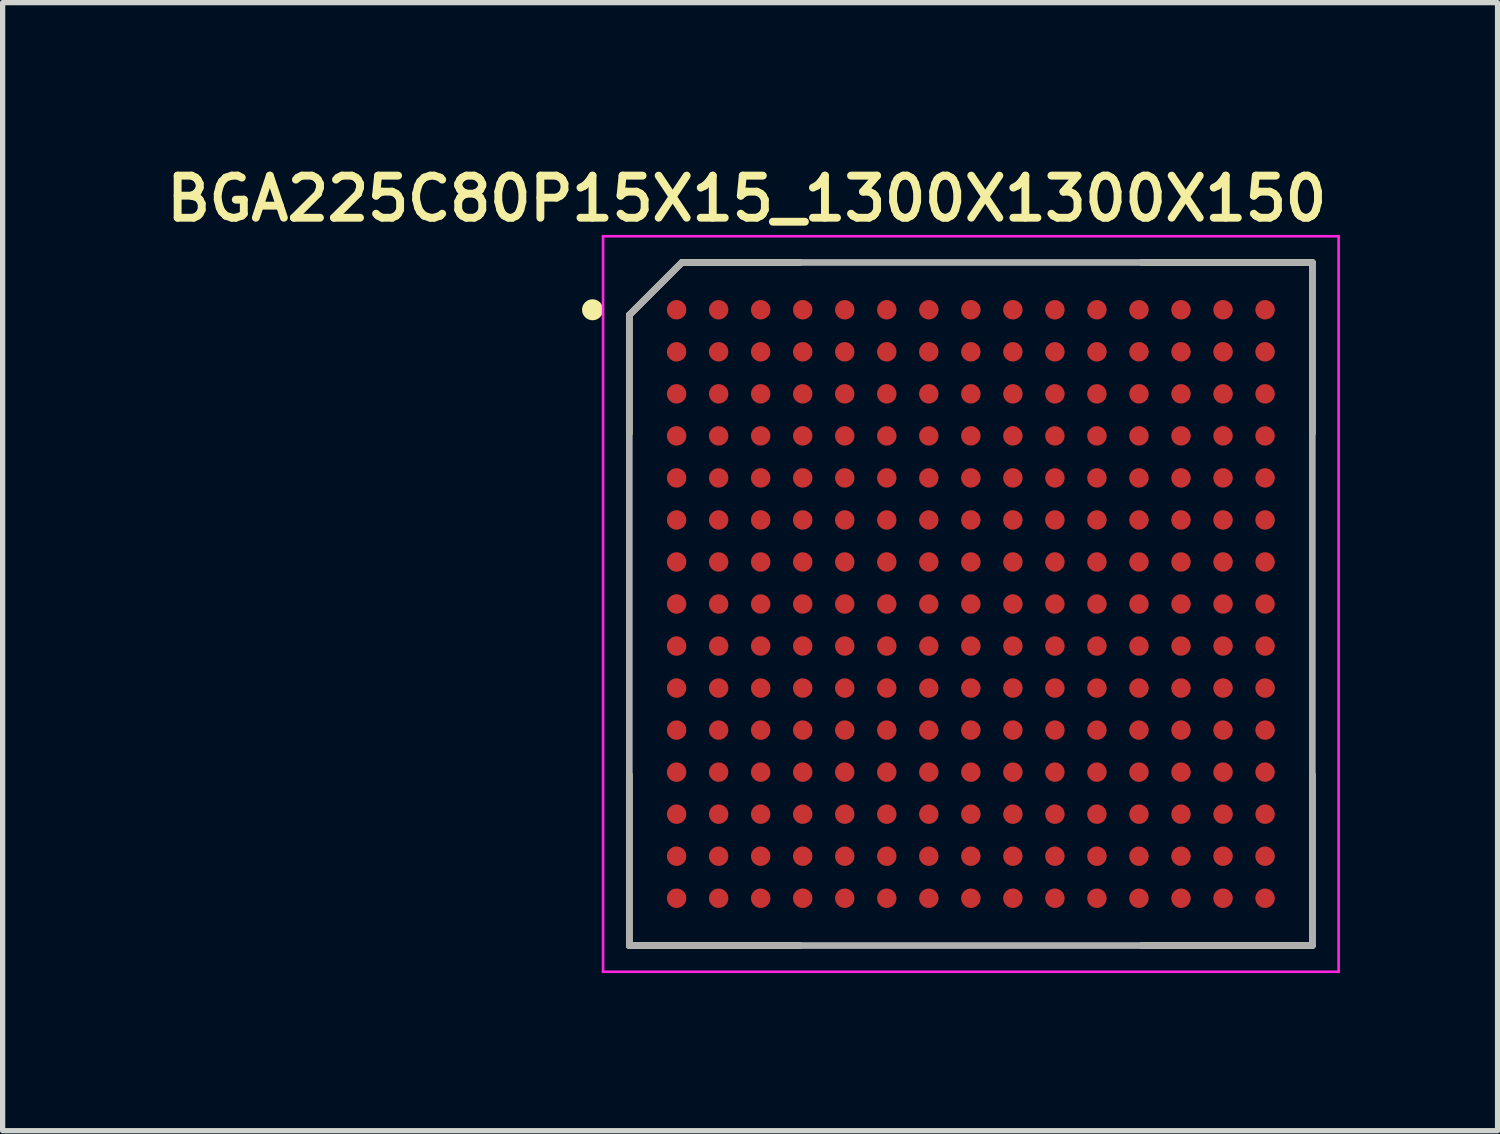
<source format=kicad_pcb>
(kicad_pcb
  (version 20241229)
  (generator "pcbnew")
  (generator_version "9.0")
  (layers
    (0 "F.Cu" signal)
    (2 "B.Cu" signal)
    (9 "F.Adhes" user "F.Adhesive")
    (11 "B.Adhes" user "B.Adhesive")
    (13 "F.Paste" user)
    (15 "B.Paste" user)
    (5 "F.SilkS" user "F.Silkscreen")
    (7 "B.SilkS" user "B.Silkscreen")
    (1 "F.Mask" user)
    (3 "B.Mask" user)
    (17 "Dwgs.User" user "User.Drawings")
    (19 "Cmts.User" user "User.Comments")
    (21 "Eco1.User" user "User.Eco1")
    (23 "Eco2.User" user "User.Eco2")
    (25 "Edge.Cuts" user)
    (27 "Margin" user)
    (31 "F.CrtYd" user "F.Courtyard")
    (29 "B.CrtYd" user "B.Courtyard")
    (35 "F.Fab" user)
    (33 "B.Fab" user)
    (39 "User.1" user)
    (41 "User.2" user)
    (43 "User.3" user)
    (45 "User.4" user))
  (footprint "BGA225C80P15X15_1300X1300X150"
    (layer "F.Cu")
    (at 15.428 8.446)
    (property "Reference" "BGA225C80P15X15_1300X1300X150" (at -4.264 -7.715 0) (layer "F.SilkS") (effects (font (size 0.801 0.801) (thickness 0.15))))
    (attr smd)
    (fp_line (start -6.5 -5.5) (end -5.5 -6.5) (stroke (width 0.127) (type solid)) (layer "F.SilkS"))
    (fp_line (start -6.5 -3.25) (end -6.5 -5.5) (stroke (width 0.127) (type solid)) (layer "F.SilkS"))
    (fp_line (start -6.5 3.25) (end -6.5 6.5) (stroke (width 0.127) (type solid)) (layer "F.SilkS"))
    (fp_line (start -6.5 6.5) (end -3.25 6.5) (stroke (width 0.127) (type solid)) (layer "F.SilkS"))
    (fp_line (start -5.5 -6.5) (end -3.25 -6.5) (stroke (width 0.127) (type solid)) (layer "F.SilkS"))
    (fp_line (start 3.25 -6.5) (end 6.5 -6.5) (stroke (width 0.127) (type solid)) (layer "F.SilkS"))
    (fp_line (start 6.5 -6.5) (end 6.5 -3.25) (stroke (width 0.127) (type solid)) (layer "F.SilkS"))
    (fp_line (start 6.5 3.25) (end 6.5 6.5) (stroke (width 0.127) (type solid)) (layer "F.SilkS"))
    (fp_line (start 6.5 6.5) (end 3.25 6.5) (stroke (width 0.127) (type solid)) (layer "F.SilkS"))
    (fp_circle (center -7.2 -5.6) (end -7.1 -5.6) (stroke (width 0.2) (type solid)) (fill no) (layer "F.SilkS"))
    (fp_line (start -7 -7) (end 7 -7) (stroke (width 0.05) (type solid)) (layer "F.CrtYd"))
    (fp_line (start -7 7) (end -7 -7) (stroke (width 0.05) (type solid)) (layer "F.CrtYd"))
    (fp_line (start 7 -7) (end 7 7) (stroke (width 0.05) (type solid)) (layer "F.CrtYd"))
    (fp_line (start 7 7) (end -7 7) (stroke (width 0.05) (type solid)) (layer "F.CrtYd"))
    (fp_line (start -6.5 -5.5) (end -5.5 -6.5) (stroke (width 0.127) (type solid)) (layer "F.Fab"))
    (fp_line (start -6.5 6.5) (end -6.5 -5.5) (stroke (width 0.127) (type solid)) (layer "F.Fab"))
    (fp_line (start -5.5 -6.5) (end 6.5 -6.5) (stroke (width 0.127) (type solid)) (layer "F.Fab"))
    (fp_line (start 6.5 -6.5) (end 6.5 6.5) (stroke (width 0.127) (type solid)) (layer "F.Fab"))
    (fp_line (start 6.5 6.5) (end -6.5 6.5) (stroke (width 0.127) (type solid)) (layer "F.Fab"))
    (pad "A1" smd circle (at -5.6 -5.6) (size 0.37 0.37) (layers "F.Cu" "F.Mask" "F.Paste"))
    (pad "A2" smd circle (at -4.8 -5.6) (size 0.37 0.37) (layers "F.Cu" "F.Mask" "F.Paste"))
    (pad "A3" smd circle (at -4 -5.6) (size 0.37 0.37) (layers "F.Cu" "F.Mask" "F.Paste"))
    (pad "A4" smd circle (at -3.2 -5.6) (size 0.37 0.37) (layers "F.Cu" "F.Mask" "F.Paste"))
    (pad "A5" smd circle (at -2.4 -5.6) (size 0.37 0.37) (layers "F.Cu" "F.Mask" "F.Paste"))
    (pad "A6" smd circle (at -1.6 -5.6) (size 0.37 0.37) (layers "F.Cu" "F.Mask" "F.Paste"))
    (pad "A7" smd circle (at -0.8 -5.6) (size 0.37 0.37) (layers "F.Cu" "F.Mask" "F.Paste"))
    (pad "A8" smd circle (at 0 -5.6) (size 0.37 0.37) (layers "F.Cu" "F.Mask" "F.Paste"))
    (pad "A9" smd circle (at 0.8 -5.6) (size 0.37 0.37) (layers "F.Cu" "F.Mask" "F.Paste"))
    (pad "A10" smd circle (at 1.6 -5.6) (size 0.37 0.37) (layers "F.Cu" "F.Mask" "F.Paste"))
    (pad "A11" smd circle (at 2.4 -5.6) (size 0.37 0.37) (layers "F.Cu" "F.Mask" "F.Paste"))
    (pad "A12" smd circle (at 3.2 -5.6) (size 0.37 0.37) (layers "F.Cu" "F.Mask" "F.Paste"))
    (pad "A13" smd circle (at 4 -5.6) (size 0.37 0.37) (layers "F.Cu" "F.Mask" "F.Paste"))
    (pad "A14" smd circle (at 4.8 -5.6) (size 0.37 0.37) (layers "F.Cu" "F.Mask" "F.Paste"))
    (pad "A15" smd circle (at 5.6 -5.6) (size 0.37 0.37) (layers "F.Cu" "F.Mask" "F.Paste"))
    (pad "B1" smd circle (at -5.6 -4.8) (size 0.37 0.37) (layers "F.Cu" "F.Mask" "F.Paste"))
    (pad "B2" smd circle (at -4.8 -4.8) (size 0.37 0.37) (layers "F.Cu" "F.Mask" "F.Paste"))
    (pad "B3" smd circle (at -4 -4.8) (size 0.37 0.37) (layers "F.Cu" "F.Mask" "F.Paste"))
    (pad "B4" smd circle (at -3.2 -4.8) (size 0.37 0.37) (layers "F.Cu" "F.Mask" "F.Paste"))
    (pad "B5" smd circle (at -2.4 -4.8) (size 0.37 0.37) (layers "F.Cu" "F.Mask" "F.Paste"))
    (pad "B6" smd circle (at -1.6 -4.8) (size 0.37 0.37) (layers "F.Cu" "F.Mask" "F.Paste"))
    (pad "B7" smd circle (at -0.8 -4.8) (size 0.37 0.37) (layers "F.Cu" "F.Mask" "F.Paste"))
    (pad "B8" smd circle (at 0 -4.8) (size 0.37 0.37) (layers "F.Cu" "F.Mask" "F.Paste"))
    (pad "B9" smd circle (at 0.8 -4.8) (size 0.37 0.37) (layers "F.Cu" "F.Mask" "F.Paste"))
    (pad "B10" smd circle (at 1.6 -4.8) (size 0.37 0.37) (layers "F.Cu" "F.Mask" "F.Paste"))
    (pad "B11" smd circle (at 2.4 -4.8) (size 0.37 0.37) (layers "F.Cu" "F.Mask" "F.Paste"))
    (pad "B12" smd circle (at 3.2 -4.8) (size 0.37 0.37) (layers "F.Cu" "F.Mask" "F.Paste"))
    (pad "B13" smd circle (at 4 -4.8) (size 0.37 0.37) (layers "F.Cu" "F.Mask" "F.Paste"))
    (pad "B14" smd circle (at 4.8 -4.8) (size 0.37 0.37) (layers "F.Cu" "F.Mask" "F.Paste"))
    (pad "B15" smd circle (at 5.6 -4.8) (size 0.37 0.37) (layers "F.Cu" "F.Mask" "F.Paste"))
    (pad "C1" smd circle (at -5.6 -4) (size 0.37 0.37) (layers "F.Cu" "F.Mask" "F.Paste"))
    (pad "C2" smd circle (at -4.8 -4) (size 0.37 0.37) (layers "F.Cu" "F.Mask" "F.Paste"))
    (pad "C3" smd circle (at -4 -4) (size 0.37 0.37) (layers "F.Cu" "F.Mask" "F.Paste"))
    (pad "C4" smd circle (at -3.2 -4) (size 0.37 0.37) (layers "F.Cu" "F.Mask" "F.Paste"))
    (pad "C5" smd circle (at -2.4 -4) (size 0.37 0.37) (layers "F.Cu" "F.Mask" "F.Paste"))
    (pad "C6" smd circle (at -1.6 -4) (size 0.37 0.37) (layers "F.Cu" "F.Mask" "F.Paste"))
    (pad "C7" smd circle (at -0.8 -4) (size 0.37 0.37) (layers "F.Cu" "F.Mask" "F.Paste"))
    (pad "C8" smd circle (at 0 -4) (size 0.37 0.37) (layers "F.Cu" "F.Mask" "F.Paste"))
    (pad "C9" smd circle (at 0.8 -4) (size 0.37 0.37) (layers "F.Cu" "F.Mask" "F.Paste"))
    (pad "C10" smd circle (at 1.6 -4) (size 0.37 0.37) (layers "F.Cu" "F.Mask" "F.Paste"))
    (pad "C11" smd circle (at 2.4 -4) (size 0.37 0.37) (layers "F.Cu" "F.Mask" "F.Paste"))
    (pad "C12" smd circle (at 3.2 -4) (size 0.37 0.37) (layers "F.Cu" "F.Mask" "F.Paste"))
    (pad "C13" smd circle (at 4 -4) (size 0.37 0.37) (layers "F.Cu" "F.Mask" "F.Paste"))
    (pad "C14" smd circle (at 4.8 -4) (size 0.37 0.37) (layers "F.Cu" "F.Mask" "F.Paste"))
    (pad "C15" smd circle (at 5.6 -4) (size 0.37 0.37) (layers "F.Cu" "F.Mask" "F.Paste"))
    (pad "D1" smd circle (at -5.6 -3.2) (size 0.37 0.37) (layers "F.Cu" "F.Mask" "F.Paste"))
    (pad "D2" smd circle (at -4.8 -3.2) (size 0.37 0.37) (layers "F.Cu" "F.Mask" "F.Paste"))
    (pad "D3" smd circle (at -4 -3.2) (size 0.37 0.37) (layers "F.Cu" "F.Mask" "F.Paste"))
    (pad "D4" smd circle (at -3.2 -3.2) (size 0.37 0.37) (layers "F.Cu" "F.Mask" "F.Paste"))
    (pad "D5" smd circle (at -2.4 -3.2) (size 0.37 0.37) (layers "F.Cu" "F.Mask" "F.Paste"))
    (pad "D6" smd circle (at -1.6 -3.2) (size 0.37 0.37) (layers "F.Cu" "F.Mask" "F.Paste"))
    (pad "D7" smd circle (at -0.8 -3.2) (size 0.37 0.37) (layers "F.Cu" "F.Mask" "F.Paste"))
    (pad "D8" smd circle (at 0 -3.2) (size 0.37 0.37) (layers "F.Cu" "F.Mask" "F.Paste"))
    (pad "D9" smd circle (at 0.8 -3.2) (size 0.37 0.37) (layers "F.Cu" "F.Mask" "F.Paste"))
    (pad "D10" smd circle (at 1.6 -3.2) (size 0.37 0.37) (layers "F.Cu" "F.Mask" "F.Paste"))
    (pad "D11" smd circle (at 2.4 -3.2) (size 0.37 0.37) (layers "F.Cu" "F.Mask" "F.Paste"))
    (pad "D12" smd circle (at 3.2 -3.2) (size 0.37 0.37) (layers "F.Cu" "F.Mask" "F.Paste"))
    (pad "D13" smd circle (at 4 -3.2) (size 0.37 0.37) (layers "F.Cu" "F.Mask" "F.Paste"))
    (pad "D14" smd circle (at 4.8 -3.2) (size 0.37 0.37) (layers "F.Cu" "F.Mask" "F.Paste"))
    (pad "D15" smd circle (at 5.6 -3.2) (size 0.37 0.37) (layers "F.Cu" "F.Mask" "F.Paste"))
    (pad "E1" smd circle (at -5.6 -2.4) (size 0.37 0.37) (layers "F.Cu" "F.Mask" "F.Paste"))
    (pad "E2" smd circle (at -4.8 -2.4) (size 0.37 0.37) (layers "F.Cu" "F.Mask" "F.Paste"))
    (pad "E3" smd circle (at -4 -2.4) (size 0.37 0.37) (layers "F.Cu" "F.Mask" "F.Paste"))
    (pad "E4" smd circle (at -3.2 -2.4) (size 0.37 0.37) (layers "F.Cu" "F.Mask" "F.Paste"))
    (pad "E5" smd circle (at -2.4 -2.4) (size 0.37 0.37) (layers "F.Cu" "F.Mask" "F.Paste"))
    (pad "E6" smd circle (at -1.6 -2.4) (size 0.37 0.37) (layers "F.Cu" "F.Mask" "F.Paste"))
    (pad "E7" smd circle (at -0.8 -2.4) (size 0.37 0.37) (layers "F.Cu" "F.Mask" "F.Paste"))
    (pad "E8" smd circle (at 0 -2.4) (size 0.37 0.37) (layers "F.Cu" "F.Mask" "F.Paste"))
    (pad "E9" smd circle (at 0.8 -2.4) (size 0.37 0.37) (layers "F.Cu" "F.Mask" "F.Paste"))
    (pad "E10" smd circle (at 1.6 -2.4) (size 0.37 0.37) (layers "F.Cu" "F.Mask" "F.Paste"))
    (pad "E11" smd circle (at 2.4 -2.4) (size 0.37 0.37) (layers "F.Cu" "F.Mask" "F.Paste"))
    (pad "E12" smd circle (at 3.2 -2.4) (size 0.37 0.37) (layers "F.Cu" "F.Mask" "F.Paste"))
    (pad "E13" smd circle (at 4 -2.4) (size 0.37 0.37) (layers "F.Cu" "F.Mask" "F.Paste"))
    (pad "E14" smd circle (at 4.8 -2.4) (size 0.37 0.37) (layers "F.Cu" "F.Mask" "F.Paste"))
    (pad "E15" smd circle (at 5.6 -2.4) (size 0.37 0.37) (layers "F.Cu" "F.Mask" "F.Paste"))
    (pad "F1" smd circle (at -5.6 -1.6) (size 0.37 0.37) (layers "F.Cu" "F.Mask" "F.Paste"))
    (pad "F2" smd circle (at -4.8 -1.6) (size 0.37 0.37) (layers "F.Cu" "F.Mask" "F.Paste"))
    (pad "F3" smd circle (at -4 -1.6) (size 0.37 0.37) (layers "F.Cu" "F.Mask" "F.Paste"))
    (pad "F4" smd circle (at -3.2 -1.6) (size 0.37 0.37) (layers "F.Cu" "F.Mask" "F.Paste"))
    (pad "F5" smd circle (at -2.4 -1.6) (size 0.37 0.37) (layers "F.Cu" "F.Mask" "F.Paste"))
    (pad "F6" smd circle (at -1.6 -1.6) (size 0.37 0.37) (layers "F.Cu" "F.Mask" "F.Paste"))
    (pad "F7" smd circle (at -0.8 -1.6) (size 0.37 0.37) (layers "F.Cu" "F.Mask" "F.Paste"))
    (pad "F8" smd circle (at 0 -1.6) (size 0.37 0.37) (layers "F.Cu" "F.Mask" "F.Paste"))
    (pad "F9" smd circle (at 0.8 -1.6) (size 0.37 0.37) (layers "F.Cu" "F.Mask" "F.Paste"))
    (pad "F10" smd circle (at 1.6 -1.6) (size 0.37 0.37) (layers "F.Cu" "F.Mask" "F.Paste"))
    (pad "F11" smd circle (at 2.4 -1.6) (size 0.37 0.37) (layers "F.Cu" "F.Mask" "F.Paste"))
    (pad "F12" smd circle (at 3.2 -1.6) (size 0.37 0.37) (layers "F.Cu" "F.Mask" "F.Paste"))
    (pad "F13" smd circle (at 4 -1.6) (size 0.37 0.37) (layers "F.Cu" "F.Mask" "F.Paste"))
    (pad "F14" smd circle (at 4.8 -1.6) (size 0.37 0.37) (layers "F.Cu" "F.Mask" "F.Paste"))
    (pad "F15" smd circle (at 5.6 -1.6) (size 0.37 0.37) (layers "F.Cu" "F.Mask" "F.Paste"))
    (pad "G1" smd circle (at -5.6 -0.8) (size 0.37 0.37) (layers "F.Cu" "F.Mask" "F.Paste"))
    (pad "G2" smd circle (at -4.8 -0.8) (size 0.37 0.37) (layers "F.Cu" "F.Mask" "F.Paste"))
    (pad "G3" smd circle (at -4 -0.8) (size 0.37 0.37) (layers "F.Cu" "F.Mask" "F.Paste"))
    (pad "G4" smd circle (at -3.2 -0.8) (size 0.37 0.37) (layers "F.Cu" "F.Mask" "F.Paste"))
    (pad "G5" smd circle (at -2.4 -0.8) (size 0.37 0.37) (layers "F.Cu" "F.Mask" "F.Paste"))
    (pad "G6" smd circle (at -1.6 -0.8) (size 0.37 0.37) (layers "F.Cu" "F.Mask" "F.Paste"))
    (pad "G7" smd circle (at -0.8 -0.8) (size 0.37 0.37) (layers "F.Cu" "F.Mask" "F.Paste"))
    (pad "G8" smd circle (at 0 -0.8) (size 0.37 0.37) (layers "F.Cu" "F.Mask" "F.Paste"))
    (pad "G9" smd circle (at 0.8 -0.8) (size 0.37 0.37) (layers "F.Cu" "F.Mask" "F.Paste"))
    (pad "G10" smd circle (at 1.6 -0.8) (size 0.37 0.37) (layers "F.Cu" "F.Mask" "F.Paste"))
    (pad "G11" smd circle (at 2.4 -0.8) (size 0.37 0.37) (layers "F.Cu" "F.Mask" "F.Paste"))
    (pad "G12" smd circle (at 3.2 -0.8) (size 0.37 0.37) (layers "F.Cu" "F.Mask" "F.Paste"))
    (pad "G13" smd circle (at 4 -0.8) (size 0.37 0.37) (layers "F.Cu" "F.Mask" "F.Paste"))
    (pad "G14" smd circle (at 4.8 -0.8) (size 0.37 0.37) (layers "F.Cu" "F.Mask" "F.Paste"))
    (pad "G15" smd circle (at 5.6 -0.8) (size 0.37 0.37) (layers "F.Cu" "F.Mask" "F.Paste"))
    (pad "H1" smd circle (at -5.6 0) (size 0.37 0.37) (layers "F.Cu" "F.Mask" "F.Paste"))
    (pad "H2" smd circle (at -4.8 0) (size 0.37 0.37) (layers "F.Cu" "F.Mask" "F.Paste"))
    (pad "H3" smd circle (at -4 0) (size 0.37 0.37) (layers "F.Cu" "F.Mask" "F.Paste"))
    (pad "H4" smd circle (at -3.2 0) (size 0.37 0.37) (layers "F.Cu" "F.Mask" "F.Paste"))
    (pad "H5" smd circle (at -2.4 0) (size 0.37 0.37) (layers "F.Cu" "F.Mask" "F.Paste"))
    (pad "H6" smd circle (at -1.6 0) (size 0.37 0.37) (layers "F.Cu" "F.Mask" "F.Paste"))
    (pad "H7" smd circle (at -0.8 0) (size 0.37 0.37) (layers "F.Cu" "F.Mask" "F.Paste"))
    (pad "H8" smd circle (at 0 0) (size 0.37 0.37) (layers "F.Cu" "F.Mask" "F.Paste"))
    (pad "H9" smd circle (at 0.8 0) (size 0.37 0.37) (layers "F.Cu" "F.Mask" "F.Paste"))
    (pad "H10" smd circle (at 1.6 0) (size 0.37 0.37) (layers "F.Cu" "F.Mask" "F.Paste"))
    (pad "H11" smd circle (at 2.4 0) (size 0.37 0.37) (layers "F.Cu" "F.Mask" "F.Paste"))
    (pad "H12" smd circle (at 3.2 0) (size 0.37 0.37) (layers "F.Cu" "F.Mask" "F.Paste"))
    (pad "H13" smd circle (at 4 0) (size 0.37 0.37) (layers "F.Cu" "F.Mask" "F.Paste"))
    (pad "H14" smd circle (at 4.8 0) (size 0.37 0.37) (layers "F.Cu" "F.Mask" "F.Paste"))
    (pad "H15" smd circle (at 5.6 0) (size 0.37 0.37) (layers "F.Cu" "F.Mask" "F.Paste"))
    (pad "J1" smd circle (at -5.6 0.8) (size 0.37 0.37) (layers "F.Cu" "F.Mask" "F.Paste"))
    (pad "J2" smd circle (at -4.8 0.8) (size 0.37 0.37) (layers "F.Cu" "F.Mask" "F.Paste"))
    (pad "J3" smd circle (at -4 0.8) (size 0.37 0.37) (layers "F.Cu" "F.Mask" "F.Paste"))
    (pad "J4" smd circle (at -3.2 0.8) (size 0.37 0.37) (layers "F.Cu" "F.Mask" "F.Paste"))
    (pad "J5" smd circle (at -2.4 0.8) (size 0.37 0.37) (layers "F.Cu" "F.Mask" "F.Paste"))
    (pad "J6" smd circle (at -1.6 0.8) (size 0.37 0.37) (layers "F.Cu" "F.Mask" "F.Paste"))
    (pad "J7" smd circle (at -0.8 0.8) (size 0.37 0.37) (layers "F.Cu" "F.Mask" "F.Paste"))
    (pad "J8" smd circle (at 0 0.8) (size 0.37 0.37) (layers "F.Cu" "F.Mask" "F.Paste"))
    (pad "J9" smd circle (at 0.8 0.8) (size 0.37 0.37) (layers "F.Cu" "F.Mask" "F.Paste"))
    (pad "J10" smd circle (at 1.6 0.8) (size 0.37 0.37) (layers "F.Cu" "F.Mask" "F.Paste"))
    (pad "J11" smd circle (at 2.4 0.8) (size 0.37 0.37) (layers "F.Cu" "F.Mask" "F.Paste"))
    (pad "J12" smd circle (at 3.2 0.8) (size 0.37 0.37) (layers "F.Cu" "F.Mask" "F.Paste"))
    (pad "J13" smd circle (at 4 0.8) (size 0.37 0.37) (layers "F.Cu" "F.Mask" "F.Paste"))
    (pad "J14" smd circle (at 4.8 0.8) (size 0.37 0.37) (layers "F.Cu" "F.Mask" "F.Paste"))
    (pad "J15" smd circle (at 5.6 0.8) (size 0.37 0.37) (layers "F.Cu" "F.Mask" "F.Paste"))
    (pad "K1" smd circle (at -5.6 1.6) (size 0.37 0.37) (layers "F.Cu" "F.Mask" "F.Paste"))
    (pad "K2" smd circle (at -4.8 1.6) (size 0.37 0.37) (layers "F.Cu" "F.Mask" "F.Paste"))
    (pad "K3" smd circle (at -4 1.6) (size 0.37 0.37) (layers "F.Cu" "F.Mask" "F.Paste"))
    (pad "K4" smd circle (at -3.2 1.6) (size 0.37 0.37) (layers "F.Cu" "F.Mask" "F.Paste"))
    (pad "K5" smd circle (at -2.4 1.6) (size 0.37 0.37) (layers "F.Cu" "F.Mask" "F.Paste"))
    (pad "K6" smd circle (at -1.6 1.6) (size 0.37 0.37) (layers "F.Cu" "F.Mask" "F.Paste"))
    (pad "K7" smd circle (at -0.8 1.6) (size 0.37 0.37) (layers "F.Cu" "F.Mask" "F.Paste"))
    (pad "K8" smd circle (at 0 1.6) (size 0.37 0.37) (layers "F.Cu" "F.Mask" "F.Paste"))
    (pad "K9" smd circle (at 0.8 1.6) (size 0.37 0.37) (layers "F.Cu" "F.Mask" "F.Paste"))
    (pad "K10" smd circle (at 1.6 1.6) (size 0.37 0.37) (layers "F.Cu" "F.Mask" "F.Paste"))
    (pad "K11" smd circle (at 2.4 1.6) (size 0.37 0.37) (layers "F.Cu" "F.Mask" "F.Paste"))
    (pad "K12" smd circle (at 3.2 1.6) (size 0.37 0.37) (layers "F.Cu" "F.Mask" "F.Paste"))
    (pad "K13" smd circle (at 4 1.6) (size 0.37 0.37) (layers "F.Cu" "F.Mask" "F.Paste"))
    (pad "K14" smd circle (at 4.8 1.6) (size 0.37 0.37) (layers "F.Cu" "F.Mask" "F.Paste"))
    (pad "K15" smd circle (at 5.6 1.6) (size 0.37 0.37) (layers "F.Cu" "F.Mask" "F.Paste"))
    (pad "L1" smd circle (at -5.6 2.4) (size 0.37 0.37) (layers "F.Cu" "F.Mask" "F.Paste"))
    (pad "L2" smd circle (at -4.8 2.4) (size 0.37 0.37) (layers "F.Cu" "F.Mask" "F.Paste"))
    (pad "L3" smd circle (at -4 2.4) (size 0.37 0.37) (layers "F.Cu" "F.Mask" "F.Paste"))
    (pad "L4" smd circle (at -3.2 2.4) (size 0.37 0.37) (layers "F.Cu" "F.Mask" "F.Paste"))
    (pad "L5" smd circle (at -2.4 2.4) (size 0.37 0.37) (layers "F.Cu" "F.Mask" "F.Paste"))
    (pad "L6" smd circle (at -1.6 2.4) (size 0.37 0.37) (layers "F.Cu" "F.Mask" "F.Paste"))
    (pad "L7" smd circle (at -0.8 2.4) (size 0.37 0.37) (layers "F.Cu" "F.Mask" "F.Paste"))
    (pad "L8" smd circle (at 0 2.4) (size 0.37 0.37) (layers "F.Cu" "F.Mask" "F.Paste"))
    (pad "L9" smd circle (at 0.8 2.4) (size 0.37 0.37) (layers "F.Cu" "F.Mask" "F.Paste"))
    (pad "L10" smd circle (at 1.6 2.4) (size 0.37 0.37) (layers "F.Cu" "F.Mask" "F.Paste"))
    (pad "L11" smd circle (at 2.4 2.4) (size 0.37 0.37) (layers "F.Cu" "F.Mask" "F.Paste"))
    (pad "L12" smd circle (at 3.2 2.4) (size 0.37 0.37) (layers "F.Cu" "F.Mask" "F.Paste"))
    (pad "L13" smd circle (at 4 2.4) (size 0.37 0.37) (layers "F.Cu" "F.Mask" "F.Paste"))
    (pad "L14" smd circle (at 4.8 2.4) (size 0.37 0.37) (layers "F.Cu" "F.Mask" "F.Paste"))
    (pad "L15" smd circle (at 5.6 2.4) (size 0.37 0.37) (layers "F.Cu" "F.Mask" "F.Paste"))
    (pad "M1" smd circle (at -5.6 3.2) (size 0.37 0.37) (layers "F.Cu" "F.Mask" "F.Paste"))
    (pad "M2" smd circle (at -4.8 3.2) (size 0.37 0.37) (layers "F.Cu" "F.Mask" "F.Paste"))
    (pad "M3" smd circle (at -4 3.2) (size 0.37 0.37) (layers "F.Cu" "F.Mask" "F.Paste"))
    (pad "M4" smd circle (at -3.2 3.2) (size 0.37 0.37) (layers "F.Cu" "F.Mask" "F.Paste"))
    (pad "M5" smd circle (at -2.4 3.2) (size 0.37 0.37) (layers "F.Cu" "F.Mask" "F.Paste"))
    (pad "M6" smd circle (at -1.6 3.2) (size 0.37 0.37) (layers "F.Cu" "F.Mask" "F.Paste"))
    (pad "M7" smd circle (at -0.8 3.2) (size 0.37 0.37) (layers "F.Cu" "F.Mask" "F.Paste"))
    (pad "M8" smd circle (at 0 3.2) (size 0.37 0.37) (layers "F.Cu" "F.Mask" "F.Paste"))
    (pad "M9" smd circle (at 0.8 3.2) (size 0.37 0.37) (layers "F.Cu" "F.Mask" "F.Paste"))
    (pad "M10" smd circle (at 1.6 3.2) (size 0.37 0.37) (layers "F.Cu" "F.Mask" "F.Paste"))
    (pad "M11" smd circle (at 2.4 3.2) (size 0.37 0.37) (layers "F.Cu" "F.Mask" "F.Paste"))
    (pad "M12" smd circle (at 3.2 3.2) (size 0.37 0.37) (layers "F.Cu" "F.Mask" "F.Paste"))
    (pad "M13" smd circle (at 4 3.2) (size 0.37 0.37) (layers "F.Cu" "F.Mask" "F.Paste"))
    (pad "M14" smd circle (at 4.8 3.2) (size 0.37 0.37) (layers "F.Cu" "F.Mask" "F.Paste"))
    (pad "M15" smd circle (at 5.6 3.2) (size 0.37 0.37) (layers "F.Cu" "F.Mask" "F.Paste"))
    (pad "N1" smd circle (at -5.6 4) (size 0.37 0.37) (layers "F.Cu" "F.Mask" "F.Paste"))
    (pad "N2" smd circle (at -4.8 4) (size 0.37 0.37) (layers "F.Cu" "F.Mask" "F.Paste"))
    (pad "N3" smd circle (at -4 4) (size 0.37 0.37) (layers "F.Cu" "F.Mask" "F.Paste"))
    (pad "N4" smd circle (at -3.2 4) (size 0.37 0.37) (layers "F.Cu" "F.Mask" "F.Paste"))
    (pad "N5" smd circle (at -2.4 4) (size 0.37 0.37) (layers "F.Cu" "F.Mask" "F.Paste"))
    (pad "N6" smd circle (at -1.6 4) (size 0.37 0.37) (layers "F.Cu" "F.Mask" "F.Paste"))
    (pad "N7" smd circle (at -0.8 4) (size 0.37 0.37) (layers "F.Cu" "F.Mask" "F.Paste"))
    (pad "N8" smd circle (at 0 4) (size 0.37 0.37) (layers "F.Cu" "F.Mask" "F.Paste"))
    (pad "N9" smd circle (at 0.8 4) (size 0.37 0.37) (layers "F.Cu" "F.Mask" "F.Paste"))
    (pad "N10" smd circle (at 1.6 4) (size 0.37 0.37) (layers "F.Cu" "F.Mask" "F.Paste"))
    (pad "N11" smd circle (at 2.4 4) (size 0.37 0.37) (layers "F.Cu" "F.Mask" "F.Paste"))
    (pad "N12" smd circle (at 3.2 4) (size 0.37 0.37) (layers "F.Cu" "F.Mask" "F.Paste"))
    (pad "N13" smd circle (at 4 4) (size 0.37 0.37) (layers "F.Cu" "F.Mask" "F.Paste"))
    (pad "N14" smd circle (at 4.8 4) (size 0.37 0.37) (layers "F.Cu" "F.Mask" "F.Paste"))
    (pad "N15" smd circle (at 5.6 4) (size 0.37 0.37) (layers "F.Cu" "F.Mask" "F.Paste"))
    (pad "P1" smd circle (at -5.6 4.8) (size 0.37 0.37) (layers "F.Cu" "F.Mask" "F.Paste"))
    (pad "P2" smd circle (at -4.8 4.8) (size 0.37 0.37) (layers "F.Cu" "F.Mask" "F.Paste"))
    (pad "P3" smd circle (at -4 4.8) (size 0.37 0.37) (layers "F.Cu" "F.Mask" "F.Paste"))
    (pad "P4" smd circle (at -3.2 4.8) (size 0.37 0.37) (layers "F.Cu" "F.Mask" "F.Paste"))
    (pad "P5" smd circle (at -2.4 4.8) (size 0.37 0.37) (layers "F.Cu" "F.Mask" "F.Paste"))
    (pad "P6" smd circle (at -1.6 4.8) (size 0.37 0.37) (layers "F.Cu" "F.Mask" "F.Paste"))
    (pad "P7" smd circle (at -0.8 4.8) (size 0.37 0.37) (layers "F.Cu" "F.Mask" "F.Paste"))
    (pad "P8" smd circle (at 0 4.8) (size 0.37 0.37) (layers "F.Cu" "F.Mask" "F.Paste"))
    (pad "P9" smd circle (at 0.8 4.8) (size 0.37 0.37) (layers "F.Cu" "F.Mask" "F.Paste"))
    (pad "P10" smd circle (at 1.6 4.8) (size 0.37 0.37) (layers "F.Cu" "F.Mask" "F.Paste"))
    (pad "P11" smd circle (at 2.4 4.8) (size 0.37 0.37) (layers "F.Cu" "F.Mask" "F.Paste"))
    (pad "P12" smd circle (at 3.2 4.8) (size 0.37 0.37) (layers "F.Cu" "F.Mask" "F.Paste"))
    (pad "P13" smd circle (at 4 4.8) (size 0.37 0.37) (layers "F.Cu" "F.Mask" "F.Paste"))
    (pad "P14" smd circle (at 4.8 4.8) (size 0.37 0.37) (layers "F.Cu" "F.Mask" "F.Paste"))
    (pad "P15" smd circle (at 5.6 4.8) (size 0.37 0.37) (layers "F.Cu" "F.Mask" "F.Paste"))
    (pad "R1" smd circle (at -5.6 5.6) (size 0.37 0.37) (layers "F.Cu" "F.Mask" "F.Paste"))
    (pad "R2" smd circle (at -4.8 5.6) (size 0.37 0.37) (layers "F.Cu" "F.Mask" "F.Paste"))
    (pad "R3" smd circle (at -4 5.6) (size 0.37 0.37) (layers "F.Cu" "F.Mask" "F.Paste"))
    (pad "R4" smd circle (at -3.2 5.6) (size 0.37 0.37) (layers "F.Cu" "F.Mask" "F.Paste"))
    (pad "R5" smd circle (at -2.4 5.6) (size 0.37 0.37) (layers "F.Cu" "F.Mask" "F.Paste"))
    (pad "R6" smd circle (at -1.6 5.6) (size 0.37 0.37) (layers "F.Cu" "F.Mask" "F.Paste"))
    (pad "R7" smd circle (at -0.8 5.6) (size 0.37 0.37) (layers "F.Cu" "F.Mask" "F.Paste"))
    (pad "R8" smd circle (at 0 5.6) (size 0.37 0.37) (layers "F.Cu" "F.Mask" "F.Paste"))
    (pad "R9" smd circle (at 0.8 5.6) (size 0.37 0.37) (layers "F.Cu" "F.Mask" "F.Paste"))
    (pad "R10" smd circle (at 1.6 5.6) (size 0.37 0.37) (layers "F.Cu" "F.Mask" "F.Paste"))
    (pad "R11" smd circle (at 2.4 5.6) (size 0.37 0.37) (layers "F.Cu" "F.Mask" "F.Paste"))
    (pad "R12" smd circle (at 3.2 5.6) (size 0.37 0.37) (layers "F.Cu" "F.Mask" "F.Paste"))
    (pad "R13" smd circle (at 4 5.6) (size 0.37 0.37) (layers "F.Cu" "F.Mask" "F.Paste"))
    (pad "R14" smd circle (at 4.8 5.6) (size 0.37 0.37) (layers "F.Cu" "F.Mask" "F.Paste"))
    (pad "R15" smd circle (at 5.6 5.6) (size 0.37 0.37) (layers "F.Cu" "F.Mask" "F.Paste")))
  (gr_rect
    (start -3 -3)
    (end 25.453 18.471)
    (stroke (width 0.1) (type default))
    (fill no)
    (layer "Edge.Cuts")))
</source>
